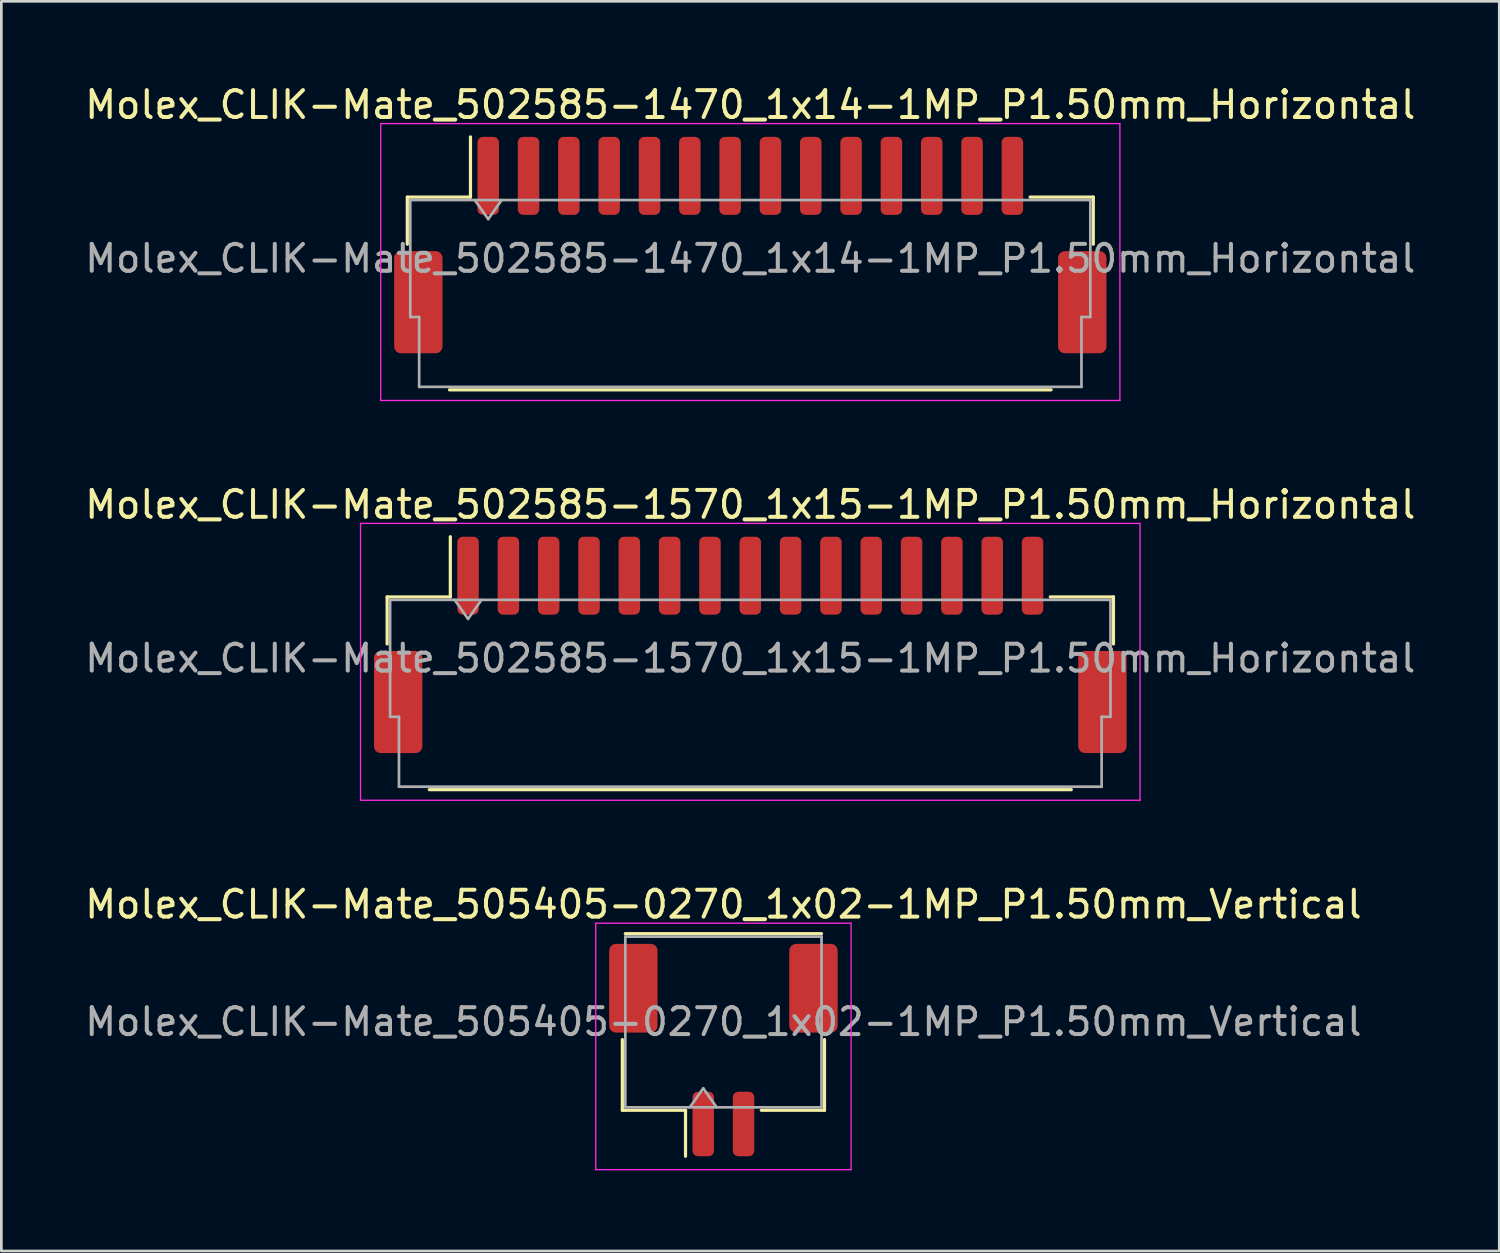
<source format=kicad_pcb>
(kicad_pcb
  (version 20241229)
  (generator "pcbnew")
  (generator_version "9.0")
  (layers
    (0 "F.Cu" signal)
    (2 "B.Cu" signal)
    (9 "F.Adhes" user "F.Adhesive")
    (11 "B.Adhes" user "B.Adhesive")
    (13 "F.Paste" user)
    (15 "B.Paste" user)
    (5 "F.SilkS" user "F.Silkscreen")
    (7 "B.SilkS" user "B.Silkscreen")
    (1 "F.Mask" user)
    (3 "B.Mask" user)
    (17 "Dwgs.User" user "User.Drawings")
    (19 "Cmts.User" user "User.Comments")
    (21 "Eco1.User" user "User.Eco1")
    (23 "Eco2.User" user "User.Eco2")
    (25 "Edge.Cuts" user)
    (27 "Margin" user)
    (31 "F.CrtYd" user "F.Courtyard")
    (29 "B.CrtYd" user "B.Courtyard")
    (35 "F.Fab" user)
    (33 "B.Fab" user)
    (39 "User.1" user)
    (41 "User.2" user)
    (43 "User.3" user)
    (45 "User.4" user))
  (footprint "Molex_CLIK-Mate_502585-1570_1x15-1MP_P1.50mm_Horizontal"
    (layer "F.Cu")
    (at 24.863 20.942)
    (property "Reference" "Molex_CLIK-Mate_502585-1570_1x15-1MP_P1.50mm_Horizontal" (at 0 -5.22 0) (layer "F.SilkS") (effects (font (size 1 1) (thickness 0.15))))
    (attr smd)
    (fp_line (start -13.51 -1.785) (end -11.16 -1.785) (stroke (width 0.12) (type solid)) (layer "F.SilkS"))
    (fp_line (start -13.51 -0.035) (end -13.51 -1.785) (stroke (width 0.12) (type solid)) (layer "F.SilkS"))
    (fp_line (start -11.94 5.385) (end 11.94 5.385) (stroke (width 0.12) (type solid)) (layer "F.SilkS"))
    (fp_line (start -11.16 -1.785) (end -11.16 -4.025) (stroke (width 0.12) (type solid)) (layer "F.SilkS"))
    (fp_line (start 13.51 -1.785) (end 11.16 -1.785) (stroke (width 0.12) (type solid)) (layer "F.SilkS"))
    (fp_line (start 13.51 -0.035) (end 13.51 -1.785) (stroke (width 0.12) (type solid)) (layer "F.SilkS"))
    (fp_line (start -14.5 -4.52) (end -14.5 5.78) (stroke (width 0.05) (type solid)) (layer "F.CrtYd"))
    (fp_line (start -14.5 5.78) (end 14.5 5.78) (stroke (width 0.05) (type solid)) (layer "F.CrtYd"))
    (fp_line (start 14.5 -4.52) (end -14.5 -4.52) (stroke (width 0.05) (type solid)) (layer "F.CrtYd"))
    (fp_line (start 14.5 5.78) (end 14.5 -4.52) (stroke (width 0.05) (type solid)) (layer "F.CrtYd"))
    (fp_line (start -13.4 -1.675) (end -13.4 2.675) (stroke (width 0.1) (type solid)) (layer "F.Fab"))
    (fp_line (start -13.4 -1.675) (end 13.4 -1.675) (stroke (width 0.1) (type solid)) (layer "F.Fab"))
    (fp_line (start -13.4 2.675) (end -13.07 2.675) (stroke (width 0.1) (type solid)) (layer "F.Fab"))
    (fp_line (start -13.07 2.675) (end -13.07 5.275) (stroke (width 0.1) (type solid)) (layer "F.Fab"))
    (fp_line (start -13.07 5.275) (end 13.07 5.275) (stroke (width 0.1) (type solid)) (layer "F.Fab"))
    (fp_line (start -11 -1.675) (end -10.5 -0.968) (stroke (width 0.1) (type solid)) (layer "F.Fab"))
    (fp_line (start -10.5 -0.968) (end -10 -1.675) (stroke (width 0.1) (type solid)) (layer "F.Fab"))
    (fp_line (start 13.07 2.675) (end 13.4 2.675) (stroke (width 0.1) (type solid)) (layer "F.Fab"))
    (fp_line (start 13.07 5.275) (end 13.07 2.675) (stroke (width 0.1) (type solid)) (layer "F.Fab"))
    (fp_line (start 13.4 -1.675) (end 13.4 2.675) (stroke (width 0.1) (type solid)) (layer "F.Fab"))
    (fp_text user "${REFERENCE}" (at 0 0.5 0) (layer "F.Fab") (effects (font (size 1 1) (thickness 0.15))))
    (pad "1" smd roundrect (at -10.5 -2.575) (size 0.8 2.9) (layers "F.Cu" "F.Mask" "F.Paste") (roundrect_rratio 0.25))
    (pad "2" smd roundrect (at -9 -2.575) (size 0.8 2.9) (layers "F.Cu" "F.Mask" "F.Paste") (roundrect_rratio 0.25))
    (pad "3" smd roundrect (at -7.5 -2.575) (size 0.8 2.9) (layers "F.Cu" "F.Mask" "F.Paste") (roundrect_rratio 0.25))
    (pad "4" smd roundrect (at -6 -2.575) (size 0.8 2.9) (layers "F.Cu" "F.Mask" "F.Paste") (roundrect_rratio 0.25))
    (pad "5" smd roundrect (at -4.5 -2.575) (size 0.8 2.9) (layers "F.Cu" "F.Mask" "F.Paste") (roundrect_rratio 0.25))
    (pad "6" smd roundrect (at -3 -2.575) (size 0.8 2.9) (layers "F.Cu" "F.Mask" "F.Paste") (roundrect_rratio 0.25))
    (pad "7" smd roundrect (at -1.5 -2.575) (size 0.8 2.9) (layers "F.Cu" "F.Mask" "F.Paste") (roundrect_rratio 0.25))
    (pad "8" smd roundrect (at 0 -2.575) (size 0.8 2.9) (layers "F.Cu" "F.Mask" "F.Paste") (roundrect_rratio 0.25))
    (pad "9" smd roundrect (at 1.5 -2.575) (size 0.8 2.9) (layers "F.Cu" "F.Mask" "F.Paste") (roundrect_rratio 0.25))
    (pad "10" smd roundrect (at 3 -2.575) (size 0.8 2.9) (layers "F.Cu" "F.Mask" "F.Paste") (roundrect_rratio 0.25))
    (pad "11" smd roundrect (at 4.5 -2.575) (size 0.8 2.9) (layers "F.Cu" "F.Mask" "F.Paste") (roundrect_rratio 0.25))
    (pad "12" smd roundrect (at 6 -2.575) (size 0.8 2.9) (layers "F.Cu" "F.Mask" "F.Paste") (roundrect_rratio 0.25))
    (pad "13" smd roundrect (at 7.5 -2.575) (size 0.8 2.9) (layers "F.Cu" "F.Mask" "F.Paste") (roundrect_rratio 0.25))
    (pad "14" smd roundrect (at 9 -2.575) (size 0.8 2.9) (layers "F.Cu" "F.Mask" "F.Paste") (roundrect_rratio 0.25))
    (pad "15" smd roundrect (at 10.5 -2.575) (size 0.8 2.9) (layers "F.Cu" "F.Mask" "F.Paste") (roundrect_rratio 0.25))
    (pad "MP" smd roundrect (at -13.1 2.125) (size 1.8 3.8) (layers "F.Cu" "F.Mask" "F.Paste") (roundrect_rratio 0.139))
    (pad "MP" smd roundrect (at 13.1 2.125) (size 1.8 3.8) (layers "F.Cu" "F.Mask" "F.Paste") (roundrect_rratio 0.139)))
  (footprint "Molex_CLIK-Mate_502585-1470_1x14-1MP_P1.50mm_Horizontal"
    (layer "F.Cu")
    (at 24.863 6.068)
    (property "Reference" "Molex_CLIK-Mate_502585-1470_1x14-1MP_P1.50mm_Horizontal" (at 0 -5.22 0) (layer "F.SilkS") (effects (font (size 1 1) (thickness 0.15))))
    (attr smd)
    (fp_line (start -12.76 -1.785) (end -10.41 -1.785) (stroke (width 0.12) (type solid)) (layer "F.SilkS"))
    (fp_line (start -12.76 -0.035) (end -12.76 -1.785) (stroke (width 0.12) (type solid)) (layer "F.SilkS"))
    (fp_line (start -11.19 5.385) (end 11.19 5.385) (stroke (width 0.12) (type solid)) (layer "F.SilkS"))
    (fp_line (start -10.41 -1.785) (end -10.41 -4.025) (stroke (width 0.12) (type solid)) (layer "F.SilkS"))
    (fp_line (start 12.76 -1.785) (end 10.41 -1.785) (stroke (width 0.12) (type solid)) (layer "F.SilkS"))
    (fp_line (start 12.76 -0.035) (end 12.76 -1.785) (stroke (width 0.12) (type solid)) (layer "F.SilkS"))
    (fp_line (start -13.75 -4.52) (end -13.75 5.78) (stroke (width 0.05) (type solid)) (layer "F.CrtYd"))
    (fp_line (start -13.75 5.78) (end 13.75 5.78) (stroke (width 0.05) (type solid)) (layer "F.CrtYd"))
    (fp_line (start 13.75 -4.52) (end -13.75 -4.52) (stroke (width 0.05) (type solid)) (layer "F.CrtYd"))
    (fp_line (start 13.75 5.78) (end 13.75 -4.52) (stroke (width 0.05) (type solid)) (layer "F.CrtYd"))
    (fp_line (start -12.65 -1.675) (end -12.65 2.675) (stroke (width 0.1) (type solid)) (layer "F.Fab"))
    (fp_line (start -12.65 -1.675) (end 12.65 -1.675) (stroke (width 0.1) (type solid)) (layer "F.Fab"))
    (fp_line (start -12.65 2.675) (end -12.32 2.675) (stroke (width 0.1) (type solid)) (layer "F.Fab"))
    (fp_line (start -12.32 2.675) (end -12.32 5.275) (stroke (width 0.1) (type solid)) (layer "F.Fab"))
    (fp_line (start -12.32 5.275) (end 12.32 5.275) (stroke (width 0.1) (type solid)) (layer "F.Fab"))
    (fp_line (start -10.25 -1.675) (end -9.75 -0.968) (stroke (width 0.1) (type solid)) (layer "F.Fab"))
    (fp_line (start -9.75 -0.968) (end -9.25 -1.675) (stroke (width 0.1) (type solid)) (layer "F.Fab"))
    (fp_line (start 12.32 2.675) (end 12.65 2.675) (stroke (width 0.1) (type solid)) (layer "F.Fab"))
    (fp_line (start 12.32 5.275) (end 12.32 2.675) (stroke (width 0.1) (type solid)) (layer "F.Fab"))
    (fp_line (start 12.65 -1.675) (end 12.65 2.675) (stroke (width 0.1) (type solid)) (layer "F.Fab"))
    (fp_text user "${REFERENCE}" (at 0 0.5 0) (layer "F.Fab") (effects (font (size 1 1) (thickness 0.15))))
    (pad "1" smd roundrect (at -9.75 -2.575) (size 0.8 2.9) (layers "F.Cu" "F.Mask" "F.Paste") (roundrect_rratio 0.25))
    (pad "2" smd roundrect (at -8.25 -2.575) (size 0.8 2.9) (layers "F.Cu" "F.Mask" "F.Paste") (roundrect_rratio 0.25))
    (pad "3" smd roundrect (at -6.75 -2.575) (size 0.8 2.9) (layers "F.Cu" "F.Mask" "F.Paste") (roundrect_rratio 0.25))
    (pad "4" smd roundrect (at -5.25 -2.575) (size 0.8 2.9) (layers "F.Cu" "F.Mask" "F.Paste") (roundrect_rratio 0.25))
    (pad "5" smd roundrect (at -3.75 -2.575) (size 0.8 2.9) (layers "F.Cu" "F.Mask" "F.Paste") (roundrect_rratio 0.25))
    (pad "6" smd roundrect (at -2.25 -2.575) (size 0.8 2.9) (layers "F.Cu" "F.Mask" "F.Paste") (roundrect_rratio 0.25))
    (pad "7" smd roundrect (at -0.75 -2.575) (size 0.8 2.9) (layers "F.Cu" "F.Mask" "F.Paste") (roundrect_rratio 0.25))
    (pad "8" smd roundrect (at 0.75 -2.575) (size 0.8 2.9) (layers "F.Cu" "F.Mask" "F.Paste") (roundrect_rratio 0.25))
    (pad "9" smd roundrect (at 2.25 -2.575) (size 0.8 2.9) (layers "F.Cu" "F.Mask" "F.Paste") (roundrect_rratio 0.25))
    (pad "10" smd roundrect (at 3.75 -2.575) (size 0.8 2.9) (layers "F.Cu" "F.Mask" "F.Paste") (roundrect_rratio 0.25))
    (pad "11" smd roundrect (at 5.25 -2.575) (size 0.8 2.9) (layers "F.Cu" "F.Mask" "F.Paste") (roundrect_rratio 0.25))
    (pad "12" smd roundrect (at 6.75 -2.575) (size 0.8 2.9) (layers "F.Cu" "F.Mask" "F.Paste") (roundrect_rratio 0.25))
    (pad "13" smd roundrect (at 8.25 -2.575) (size 0.8 2.9) (layers "F.Cu" "F.Mask" "F.Paste") (roundrect_rratio 0.25))
    (pad "14" smd roundrect (at 9.75 -2.575) (size 0.8 2.9) (layers "F.Cu" "F.Mask" "F.Paste") (roundrect_rratio 0.25))
    (pad "MP" smd roundrect (at -12.35 2.125) (size 1.8 3.8) (layers "F.Cu" "F.Mask" "F.Paste") (roundrect_rratio 0.139))
    (pad "MP" smd roundrect (at 12.35 2.125) (size 1.8 3.8) (layers "F.Cu" "F.Mask" "F.Paste") (roundrect_rratio 0.139)))
  (footprint "Molex_CLIK-Mate_505405-0270_1x02-1MP_P1.50mm_Vertical"
    (layer "F.Cu")
    (at 23.863 36.015)
    (property "Reference" "Molex_CLIK-Mate_505405-0270_1x02-1MP_P1.50mm_Vertical" (at 0 -5.42 0) (layer "F.SilkS") (effects (font (size 1 1) (thickness 0.15))))
    (attr smd)
    (fp_line (start -3.76 -0.39) (end -3.76 2.24) (stroke (width 0.12) (type solid)) (layer "F.SilkS"))
    (fp_line (start -3.76 2.24) (end -1.41 2.24) (stroke (width 0.12) (type solid)) (layer "F.SilkS"))
    (fp_line (start -3.65 -4.33) (end 3.65 -4.33) (stroke (width 0.12) (type solid)) (layer "F.SilkS"))
    (fp_line (start -1.41 2.24) (end -1.41 3.95) (stroke (width 0.12) (type solid)) (layer "F.SilkS"))
    (fp_line (start 3.76 -0.39) (end 3.76 2.24) (stroke (width 0.12) (type solid)) (layer "F.SilkS"))
    (fp_line (start 3.76 2.24) (end 1.41 2.24) (stroke (width 0.12) (type solid)) (layer "F.SilkS"))
    (fp_line (start -4.75 -4.72) (end -4.75 4.45) (stroke (width 0.05) (type solid)) (layer "F.CrtYd"))
    (fp_line (start -4.75 4.45) (end 4.75 4.45) (stroke (width 0.05) (type solid)) (layer "F.CrtYd"))
    (fp_line (start 4.75 -4.72) (end -4.75 -4.72) (stroke (width 0.05) (type solid)) (layer "F.CrtYd"))
    (fp_line (start 4.75 4.45) (end 4.75 -4.72) (stroke (width 0.05) (type solid)) (layer "F.CrtYd"))
    (fp_line (start -3.65 -4.22) (end 3.65 -4.22) (stroke (width 0.1) (type solid)) (layer "F.Fab"))
    (fp_line (start -3.65 2.13) (end -3.65 -4.22) (stroke (width 0.1) (type solid)) (layer "F.Fab"))
    (fp_line (start -3.65 2.13) (end 3.65 2.13) (stroke (width 0.1) (type solid)) (layer "F.Fab"))
    (fp_line (start -1.25 2.13) (end -0.75 1.423) (stroke (width 0.1) (type solid)) (layer "F.Fab"))
    (fp_line (start -0.75 1.423) (end -0.25 2.13) (stroke (width 0.1) (type solid)) (layer "F.Fab"))
    (fp_line (start 3.65 2.13) (end 3.65 -4.22) (stroke (width 0.1) (type solid)) (layer "F.Fab"))
    (fp_text user "${REFERENCE}" (at 0 -1.05 0) (layer "F.Fab") (effects (font (size 1 1) (thickness 0.15))))
    (pad "1" smd roundrect (at -0.75 2.75) (size 0.8 2.4) (layers "F.Cu" "F.Mask" "F.Paste") (roundrect_rratio 0.25))
    (pad "2" smd roundrect (at 0.75 2.75) (size 0.8 2.4) (layers "F.Cu" "F.Mask" "F.Paste") (roundrect_rratio 0.25))
    (pad "MP" smd roundrect (at -3.35 -2.3) (size 1.8 3.3) (layers "F.Cu" "F.Mask" "F.Paste") (roundrect_rratio 0.139))
    (pad "MP" smd roundrect (at 3.35 -2.3) (size 1.8 3.3) (layers "F.Cu" "F.Mask" "F.Paste") (roundrect_rratio 0.139)))
  (gr_rect
    (start -3 -3)
    (end 52.726 43.49)
    (stroke (width 0.1) (type default))
    (fill no)
    (layer "Edge.Cuts")))
</source>
